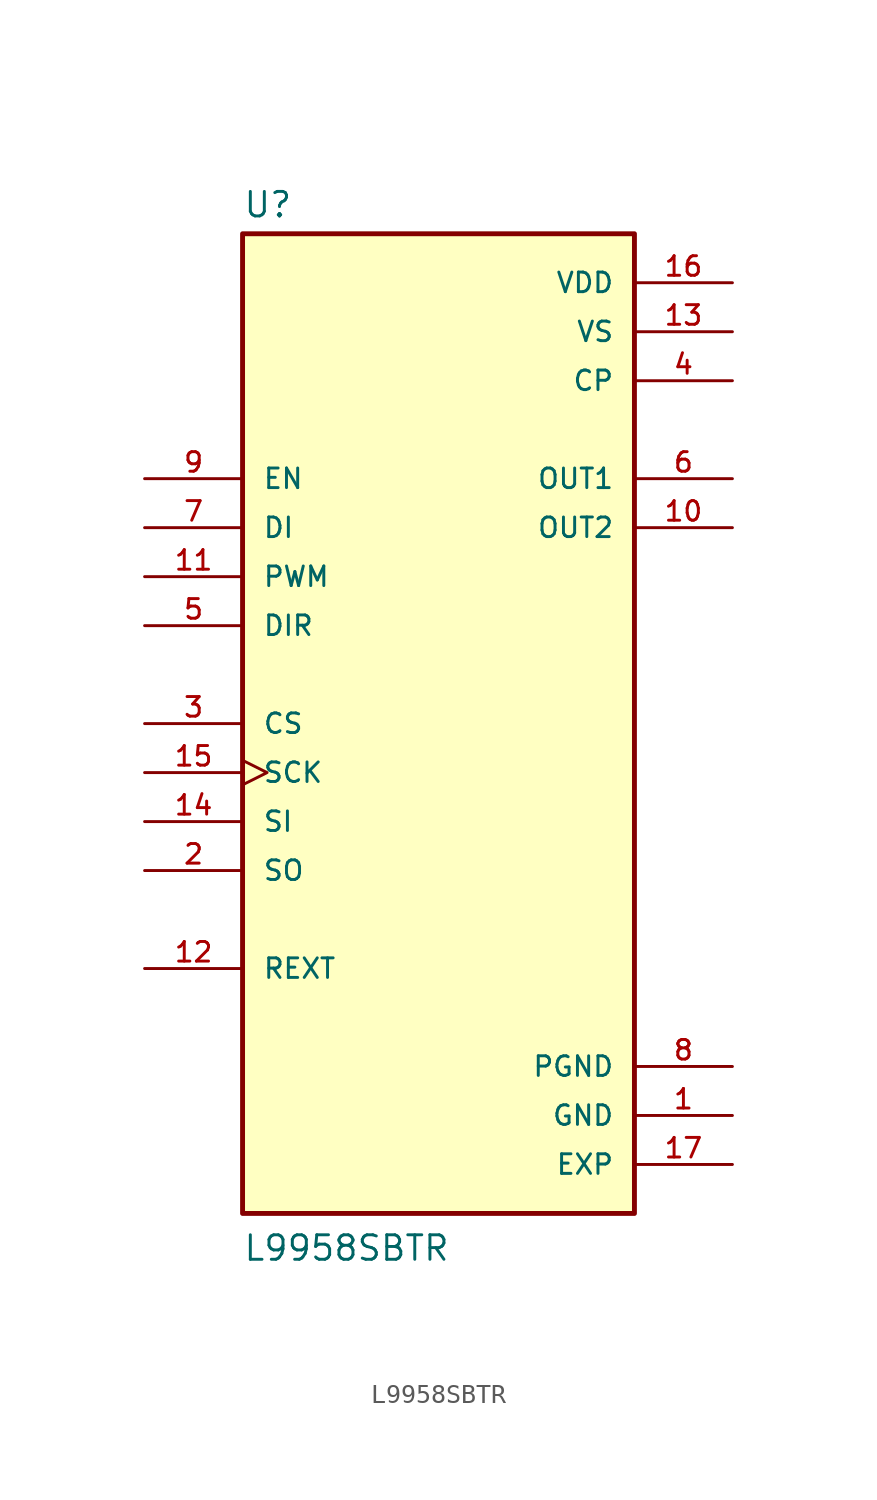
<source format=kicad_sym>
(kicad_symbol_lib
  (version 20211014)
  (generator kicad_symbol_editor)
  (symbol "L9958SBTR"
    (pin_names
      (offset 1.016))
    (property "Reference" "U"
      (at -10.16 26.162 0)
      (effects (font (size 1.27 1.27)) (justify bottom left)))
    (property "Value" "L9958SBTR"
      (at -10.16 -27.94 0)
      (effects (font (size 1.27 1.27)) (justify bottom left)))
    (symbol "L9958SBTR_0_0"
      (rectangle (start -10.16 -25.4) (end 10.16 25.4) (stroke (width 0.254)) (fill (type background)))
      (pin power_in line (at 15.24 -20.32 180.0) (length 5.08) (name "GND" (effects (font (size 1.016 1.016)))) (number "1" (effects (font (size 1.016 1.016)))))
      (pin output line (at -15.24 -7.62 0) (length 5.08) (name "SO" (effects (font (size 1.016 1.016)))) (number "2" (effects (font (size 1.016 1.016)))))
      (pin input line (at -15.24 0.0 0) (length 5.08) (name "CS" (effects (font (size 1.016 1.016)))) (number "3" (effects (font (size 1.016 1.016)))))
      (pin power_in line (at 15.24 17.78 180.0) (length 5.08) (name "CP" (effects (font (size 1.016 1.016)))) (number "4" (effects (font (size 1.016 1.016)))))
      (pin power_in line (at 15.24 20.32 180.0) (length 5.08) (name "VS" (effects (font (size 1.016 1.016)))) (number "13" (effects (font (size 1.016 1.016)))))
      (pin input line (at -15.24 5.08 0) (length 5.08) (name "DIR" (effects (font (size 1.016 1.016)))) (number "5" (effects (font (size 1.016 1.016)))))
      (pin output line (at 15.24 12.7 180.0) (length 5.08) (name "OUT1" (effects (font (size 1.016 1.016)))) (number "6" (effects (font (size 1.016 1.016)))))
      (pin output line (at 15.24 10.16 180.0) (length 5.08) (name "OUT2" (effects (font (size 1.016 1.016)))) (number "10" (effects (font (size 1.016 1.016)))))
      (pin input line (at -15.24 10.16 0) (length 5.08) (name "DI" (effects (font (size 1.016 1.016)))) (number "7" (effects (font (size 1.016 1.016)))))
      (pin power_in line (at 15.24 -17.78 180.0) (length 5.08) (name "PGND" (effects (font (size 1.016 1.016)))) (number "8" (effects (font (size 1.016 1.016)))))
      (pin input line (at -15.24 12.7 0) (length 5.08) (name "EN" (effects (font (size 1.016 1.016)))) (number "9" (effects (font (size 1.016 1.016)))))
      (pin input line (at -15.24 7.62 0) (length 5.08) (name "PWM" (effects (font (size 1.016 1.016)))) (number "11" (effects (font (size 1.016 1.016)))))
      (pin passive line (at -15.24 -12.7 0) (length 5.08) (name "REXT" (effects (font (size 1.016 1.016)))) (number "12" (effects (font (size 1.016 1.016)))))
      (pin input line (at -15.24 -5.08 0) (length 5.08) (name "SI" (effects (font (size 1.016 1.016)))) (number "14" (effects (font (size 1.016 1.016)))))
      (pin input clock (at -15.24 -2.54 0) (length 5.08) (name "SCK" (effects (font (size 1.016 1.016)))) (number "15" (effects (font (size 1.016 1.016)))))
      (pin power_in line (at 15.24 22.86 180.0) (length 5.08) (name "VDD" (effects (font (size 1.016 1.016)))) (number "16" (effects (font (size 1.016 1.016)))))
      (pin power_in line (at 15.24 -22.86 180.0) (length 5.08) (name "EXP" (effects (font (size 1.016 1.016)))) (number "17" (effects (font (size 1.016 1.016))))))))
</source>
